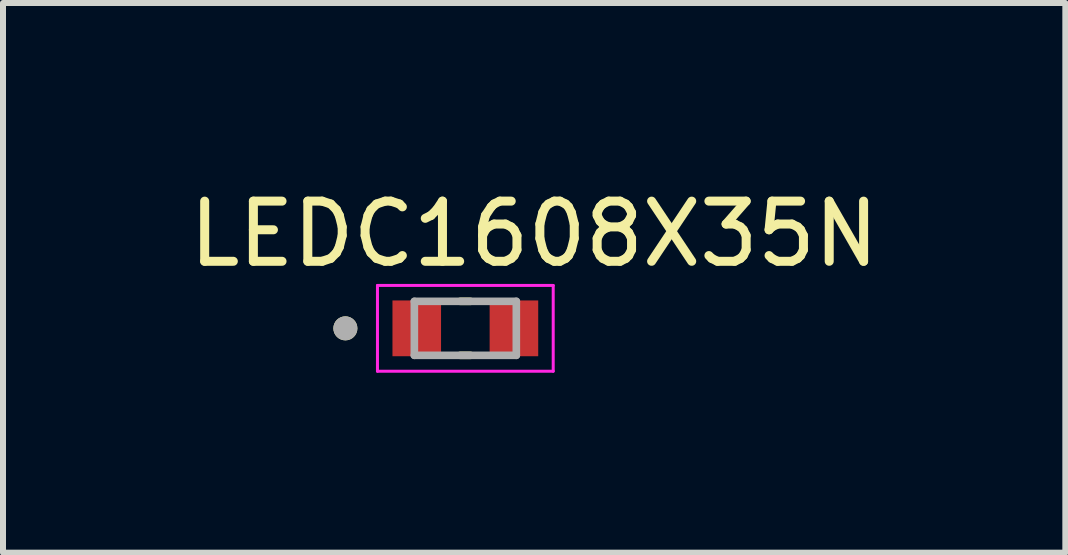
<source format=kicad_pcb>
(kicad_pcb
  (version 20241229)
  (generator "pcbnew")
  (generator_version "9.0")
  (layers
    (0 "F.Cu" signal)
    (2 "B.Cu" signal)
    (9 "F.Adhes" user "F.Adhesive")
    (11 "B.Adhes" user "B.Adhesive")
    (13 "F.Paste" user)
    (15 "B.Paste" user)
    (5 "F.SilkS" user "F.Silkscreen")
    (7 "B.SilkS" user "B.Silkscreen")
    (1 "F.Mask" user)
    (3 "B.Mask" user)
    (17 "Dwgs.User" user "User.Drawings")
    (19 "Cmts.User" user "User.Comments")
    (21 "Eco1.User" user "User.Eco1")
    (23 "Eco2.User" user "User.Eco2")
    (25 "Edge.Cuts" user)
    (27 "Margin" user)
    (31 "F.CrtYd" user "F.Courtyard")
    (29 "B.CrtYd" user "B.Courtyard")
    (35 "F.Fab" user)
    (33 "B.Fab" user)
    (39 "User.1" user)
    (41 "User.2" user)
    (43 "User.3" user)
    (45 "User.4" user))
  (footprint "LEDC1608X35N"
    (layer "F.Cu")
    (at 4.708 2.424)
    (property "Reference" "LEDC1608X35N" (at 1.147 -1.574 0) (layer "F.SilkS") (effects (font (size 1.003 1.003) (thickness 0.15))))
    (attr smd)
    (fp_line (start -0.085 -0.45) (end 0.085 -0.45) (stroke (width 0.127) (type solid)) (layer "F.SilkS"))
    (fp_line (start 0.085 0.45) (end -0.085 0.45) (stroke (width 0.127) (type solid)) (layer "F.SilkS"))
    (fp_circle (center -2 0) (end -1.9 0) (stroke (width 0.2) (type solid)) (fill no) (layer "F.SilkS"))
    (fp_line (start -1.465 -0.715) (end 1.465 -0.715) (stroke (width 0.05) (type solid)) (layer "F.CrtYd"))
    (fp_line (start -1.465 0.715) (end -1.465 -0.715) (stroke (width 0.05) (type solid)) (layer "F.CrtYd"))
    (fp_line (start 1.465 -0.715) (end 1.465 0.715) (stroke (width 0.05) (type solid)) (layer "F.CrtYd"))
    (fp_line (start 1.465 0.715) (end -1.465 0.715) (stroke (width 0.05) (type solid)) (layer "F.CrtYd"))
    (fp_line (start -0.85 -0.45) (end 0.85 -0.45) (stroke (width 0.127) (type solid)) (layer "F.Fab"))
    (fp_line (start -0.85 0.45) (end -0.85 -0.45) (stroke (width 0.127) (type solid)) (layer "F.Fab"))
    (fp_line (start 0.85 -0.45) (end 0.85 0.45) (stroke (width 0.127) (type solid)) (layer "F.Fab"))
    (fp_line (start 0.85 0.45) (end -0.85 0.45) (stroke (width 0.127) (type solid)) (layer "F.Fab"))
    (fp_circle (center -2 0) (end -1.9 0) (stroke (width 0.2) (type solid)) (fill no) (layer "F.Fab"))
    (pad "A" smd rect (at 0.81 0) (size 0.81 0.93) (layers "F.Cu" "F.Mask" "F.Paste"))
    (pad "C" smd rect (at -0.81 0) (size 0.81 0.93) (layers "F.Cu" "F.Mask" "F.Paste")))
  (gr_rect
    (start -3 -3)
    (end 14.711 6.164)
    (stroke (width 0.1) (type default))
    (fill no)
    (layer "Edge.Cuts")))
</source>
